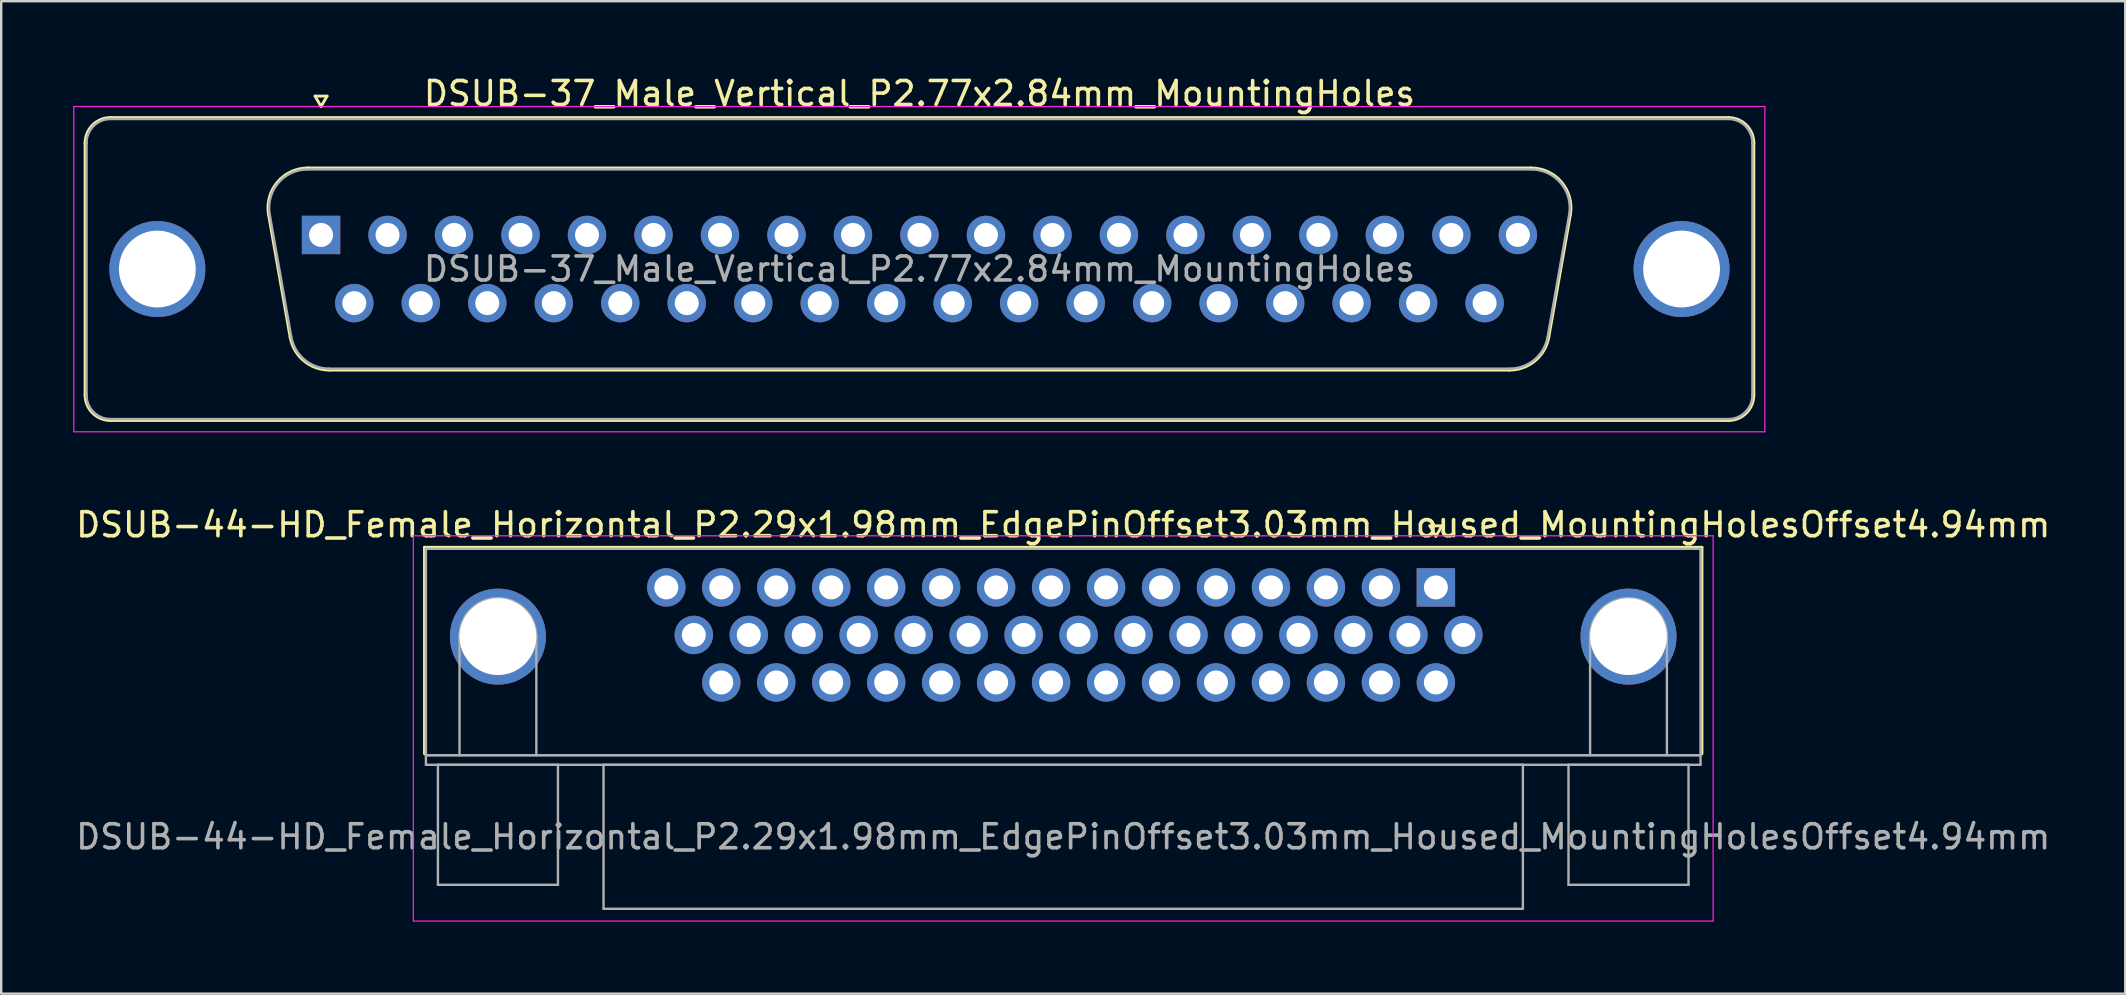
<source format=kicad_pcb>
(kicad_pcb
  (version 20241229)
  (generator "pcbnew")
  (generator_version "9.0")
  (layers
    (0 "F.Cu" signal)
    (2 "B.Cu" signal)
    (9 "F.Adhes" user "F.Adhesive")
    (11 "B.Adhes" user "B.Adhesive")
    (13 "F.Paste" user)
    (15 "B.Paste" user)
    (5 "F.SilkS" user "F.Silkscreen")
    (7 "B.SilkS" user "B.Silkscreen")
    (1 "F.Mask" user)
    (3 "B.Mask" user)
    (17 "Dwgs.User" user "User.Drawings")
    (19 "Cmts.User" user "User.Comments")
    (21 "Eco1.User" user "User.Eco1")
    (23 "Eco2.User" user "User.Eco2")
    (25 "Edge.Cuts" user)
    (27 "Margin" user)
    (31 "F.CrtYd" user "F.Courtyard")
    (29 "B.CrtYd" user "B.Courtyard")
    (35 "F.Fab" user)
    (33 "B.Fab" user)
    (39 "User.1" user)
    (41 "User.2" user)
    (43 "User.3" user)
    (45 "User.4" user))
  (footprint "DSUB-37_Male_Vertical_P2.77x2.84mm_MountingHoles"
    (layer "F.Cu")
    (at 10.325 6.738)
    (property "Reference" "DSUB-37_Male_Vertical_P2.77x2.84mm_MountingHoles" (at 24.93 -5.89 0) (layer "F.SilkS") (effects (font (size 1 1) (thickness 0.15))))
    (attr through_hole)
    (fp_line (start -9.83 6.67) (end -9.83 -3.83) (stroke (width 0.12) (type solid)) (layer "F.SilkS"))
    (fp_line (start -8.77 -4.89) (end 58.63 -4.89) (stroke (width 0.12) (type solid)) (layer "F.SilkS"))
    (fp_line (start -2.186 -0.842) (end -1.287 4.258) (stroke (width 0.12) (type solid)) (layer "F.SilkS"))
    (fp_line (start -0.552 -2.79) (end 50.412 -2.79) (stroke (width 0.12) (type solid)) (layer "F.SilkS"))
    (fp_line (start -0.25 -5.784) (end 0.25 -5.784) (stroke (width 0.12) (type solid)) (layer "F.SilkS"))
    (fp_line (start 0 -5.351) (end -0.25 -5.784) (stroke (width 0.12) (type solid)) (layer "F.SilkS"))
    (fp_line (start 0.25 -5.784) (end 0 -5.351) (stroke (width 0.12) (type solid)) (layer "F.SilkS"))
    (fp_line (start 0.348 5.63) (end 49.512 5.63) (stroke (width 0.12) (type solid)) (layer "F.SilkS"))
    (fp_line (start 52.046 -0.842) (end 51.147 4.258) (stroke (width 0.12) (type solid)) (layer "F.SilkS"))
    (fp_line (start 58.63 7.73) (end -8.77 7.73) (stroke (width 0.12) (type solid)) (layer "F.SilkS"))
    (fp_line (start 59.69 -3.83) (end 59.69 6.67) (stroke (width 0.12) (type solid)) (layer "F.SilkS"))
    (fp_arc (start -9.83 -3.83) (mid -9.519533 -4.579533) (end -8.77 -4.89) (stroke (width 0.12) (type solid)) (layer "F.SilkS"))
    (fp_arc (start -8.77 7.73) (mid -9.519533 7.419533) (end -9.83 6.67) (stroke (width 0.12) (type solid)) (layer "F.SilkS"))
    (fp_arc (start -2.18647 -0.841744) (mid -1.823323 -2.197028) (end -0.551689 -2.79) (stroke (width 0.12) (type solid)) (layer "F.SilkS"))
    (fp_arc (start 0.347579 5.63) (mid -0.719448 5.241634) (end -1.287202 4.258256) (stroke (width 0.12) (type solid)) (layer "F.SilkS"))
    (fp_arc (start 50.411689 -2.79) (mid 51.683323 -2.197027) (end 52.04647 -0.841744) (stroke (width 0.12) (type solid)) (layer "F.SilkS"))
    (fp_arc (start 51.147202 4.258256) (mid 50.579449 5.241634) (end 49.512421 5.63) (stroke (width 0.12) (type solid)) (layer "F.SilkS"))
    (fp_arc (start 58.63 -4.89) (mid 59.379533 -4.579533) (end 59.69 -3.83) (stroke (width 0.12) (type solid)) (layer "F.SilkS"))
    (fp_arc (start 59.69 6.67) (mid 59.379533 7.419533) (end 58.63 7.73) (stroke (width 0.12) (type solid)) (layer "F.SilkS"))
    (fp_line (start -10.3 -5.35) (end -10.3 8.2) (stroke (width 0.05) (type solid)) (layer "F.CrtYd"))
    (fp_line (start -10.3 8.2) (end 60.15 8.2) (stroke (width 0.05) (type solid)) (layer "F.CrtYd"))
    (fp_line (start 60.15 -5.35) (end -10.3 -5.35) (stroke (width 0.05) (type solid)) (layer "F.CrtYd"))
    (fp_line (start 60.15 8.2) (end 60.15 -5.35) (stroke (width 0.05) (type solid)) (layer "F.CrtYd"))
    (fp_line (start -9.77 6.67) (end -9.77 -3.83) (stroke (width 0.1) (type solid)) (layer "F.Fab"))
    (fp_line (start -8.77 -4.83) (end 58.63 -4.83) (stroke (width 0.1) (type solid)) (layer "F.Fab"))
    (fp_line (start -2.139 -0.852) (end -1.24 4.248) (stroke (width 0.1) (type solid)) (layer "F.Fab"))
    (fp_line (start -0.563 -2.73) (end 50.423 -2.73) (stroke (width 0.1) (type solid)) (layer "F.Fab"))
    (fp_line (start 0.336 5.57) (end 49.524 5.57) (stroke (width 0.1) (type solid)) (layer "F.Fab"))
    (fp_line (start 51.999 -0.852) (end 51.1 4.248) (stroke (width 0.1) (type solid)) (layer "F.Fab"))
    (fp_line (start 58.63 7.67) (end -8.77 7.67) (stroke (width 0.1) (type solid)) (layer "F.Fab"))
    (fp_line (start 59.63 -3.83) (end 59.63 6.67) (stroke (width 0.1) (type solid)) (layer "F.Fab"))
    (fp_arc (start -9.77 -3.83) (mid -9.477107 -4.537107) (end -8.77 -4.83) (stroke (width 0.1) (type solid)) (layer "F.Fab"))
    (fp_arc (start -8.77 7.67) (mid -9.477107 7.377107) (end -9.77 6.67) (stroke (width 0.1) (type solid)) (layer "F.Fab"))
    (fp_arc (start -2.138886 -0.852163) (mid -1.788865 -2.15846) (end -0.563194 -2.73) (stroke (width 0.1) (type solid)) (layer "F.Fab"))
    (fp_arc (start 0.336073 5.57) (mid -0.692387 5.195671) (end -1.239619 4.247837) (stroke (width 0.1) (type solid)) (layer "F.Fab"))
    (fp_arc (start 50.423194 -2.73) (mid 51.648865 -2.15846) (end 51.998886 -0.852163) (stroke (width 0.1) (type solid)) (layer "F.Fab"))
    (fp_arc (start 51.099619 4.247837) (mid 50.552387 5.195671) (end 49.523927 5.57) (stroke (width 0.1) (type solid)) (layer "F.Fab"))
    (fp_arc (start 58.63 -4.83) (mid 59.337107 -4.537107) (end 59.63 -3.83) (stroke (width 0.1) (type solid)) (layer "F.Fab"))
    (fp_arc (start 59.63 6.67) (mid 59.337107 7.377107) (end 58.63 7.67) (stroke (width 0.1) (type solid)) (layer "F.Fab"))
    (fp_text user "${REFERENCE}" (at 24.93 1.42 0) (layer "F.Fab") (effects (font (size 1 1) (thickness 0.15))))
    (pad "0" thru_hole circle (at -6.82 1.42) (size 4 4) (drill 3.2) (layers "*.Cu" "*.Mask"))
    (pad "0" thru_hole circle (at 56.68 1.42) (size 4 4) (drill 3.2) (layers "*.Cu" "*.Mask"))
    (pad "1" thru_hole rect (at 0 0) (size 1.6 1.6) (drill 1) (layers "*.Cu" "*.Mask"))
    (pad "2" thru_hole circle (at 2.77 0) (size 1.6 1.6) (drill 1) (layers "*.Cu" "*.Mask"))
    (pad "3" thru_hole circle (at 5.54 0) (size 1.6 1.6) (drill 1) (layers "*.Cu" "*.Mask"))
    (pad "4" thru_hole circle (at 8.31 0) (size 1.6 1.6) (drill 1) (layers "*.Cu" "*.Mask"))
    (pad "5" thru_hole circle (at 11.08 0) (size 1.6 1.6) (drill 1) (layers "*.Cu" "*.Mask"))
    (pad "6" thru_hole circle (at 13.85 0) (size 1.6 1.6) (drill 1) (layers "*.Cu" "*.Mask"))
    (pad "7" thru_hole circle (at 16.62 0) (size 1.6 1.6) (drill 1) (layers "*.Cu" "*.Mask"))
    (pad "8" thru_hole circle (at 19.39 0) (size 1.6 1.6) (drill 1) (layers "*.Cu" "*.Mask"))
    (pad "9" thru_hole circle (at 22.16 0) (size 1.6 1.6) (drill 1) (layers "*.Cu" "*.Mask"))
    (pad "10" thru_hole circle (at 24.93 0) (size 1.6 1.6) (drill 1) (layers "*.Cu" "*.Mask"))
    (pad "11" thru_hole circle (at 27.7 0) (size 1.6 1.6) (drill 1) (layers "*.Cu" "*.Mask"))
    (pad "12" thru_hole circle (at 30.47 0) (size 1.6 1.6) (drill 1) (layers "*.Cu" "*.Mask"))
    (pad "13" thru_hole circle (at 33.24 0) (size 1.6 1.6) (drill 1) (layers "*.Cu" "*.Mask"))
    (pad "14" thru_hole circle (at 36.01 0) (size 1.6 1.6) (drill 1) (layers "*.Cu" "*.Mask"))
    (pad "15" thru_hole circle (at 38.78 0) (size 1.6 1.6) (drill 1) (layers "*.Cu" "*.Mask"))
    (pad "16" thru_hole circle (at 41.55 0) (size 1.6 1.6) (drill 1) (layers "*.Cu" "*.Mask"))
    (pad "17" thru_hole circle (at 44.32 0) (size 1.6 1.6) (drill 1) (layers "*.Cu" "*.Mask"))
    (pad "18" thru_hole circle (at 47.09 0) (size 1.6 1.6) (drill 1) (layers "*.Cu" "*.Mask"))
    (pad "19" thru_hole circle (at 49.86 0) (size 1.6 1.6) (drill 1) (layers "*.Cu" "*.Mask"))
    (pad "20" thru_hole circle (at 1.385 2.84) (size 1.6 1.6) (drill 1) (layers "*.Cu" "*.Mask"))
    (pad "21" thru_hole circle (at 4.155 2.84) (size 1.6 1.6) (drill 1) (layers "*.Cu" "*.Mask"))
    (pad "22" thru_hole circle (at 6.925 2.84) (size 1.6 1.6) (drill 1) (layers "*.Cu" "*.Mask"))
    (pad "23" thru_hole circle (at 9.695 2.84) (size 1.6 1.6) (drill 1) (layers "*.Cu" "*.Mask"))
    (pad "24" thru_hole circle (at 12.465 2.84) (size 1.6 1.6) (drill 1) (layers "*.Cu" "*.Mask"))
    (pad "25" thru_hole circle (at 15.235 2.84) (size 1.6 1.6) (drill 1) (layers "*.Cu" "*.Mask"))
    (pad "26" thru_hole circle (at 18.005 2.84) (size 1.6 1.6) (drill 1) (layers "*.Cu" "*.Mask"))
    (pad "27" thru_hole circle (at 20.775 2.84) (size 1.6 1.6) (drill 1) (layers "*.Cu" "*.Mask"))
    (pad "28" thru_hole circle (at 23.545 2.84) (size 1.6 1.6) (drill 1) (layers "*.Cu" "*.Mask"))
    (pad "29" thru_hole circle (at 26.315 2.84) (size 1.6 1.6) (drill 1) (layers "*.Cu" "*.Mask"))
    (pad "30" thru_hole circle (at 29.085 2.84) (size 1.6 1.6) (drill 1) (layers "*.Cu" "*.Mask"))
    (pad "31" thru_hole circle (at 31.855 2.84) (size 1.6 1.6) (drill 1) (layers "*.Cu" "*.Mask"))
    (pad "32" thru_hole circle (at 34.625 2.84) (size 1.6 1.6) (drill 1) (layers "*.Cu" "*.Mask"))
    (pad "33" thru_hole circle (at 37.395 2.84) (size 1.6 1.6) (drill 1) (layers "*.Cu" "*.Mask"))
    (pad "34" thru_hole circle (at 40.165 2.84) (size 1.6 1.6) (drill 1) (layers "*.Cu" "*.Mask"))
    (pad "35" thru_hole circle (at 42.935 2.84) (size 1.6 1.6) (drill 1) (layers "*.Cu" "*.Mask"))
    (pad "36" thru_hole circle (at 45.705 2.84) (size 1.6 1.6) (drill 1) (layers "*.Cu" "*.Mask"))
    (pad "37" thru_hole circle (at 48.475 2.84) (size 1.6 1.6) (drill 1) (layers "*.Cu" "*.Mask")))
  (footprint "DSUB-44-HD_Female_Horizontal_P2.29x1.98mm_EdgePinOffset3.03mm_Housed_MountingHolesOffset4.94mm"
    (layer "F.Cu")
    (at 56.769 21.422)
    (property "Reference" "DSUB-44-HD_Female_Horizontal_P2.29x1.98mm_EdgePinOffset3.03mm_Housed_MountingHolesOffset4.94mm" (at -15.525 -2.61 0) (layer "F.SilkS") (effects (font (size 1 1) (thickness 0.15))))
    (attr through_hole)
    (fp_line (start -42.135 -1.67) (end 11.085 -1.67) (stroke (width 0.12) (type solid)) (layer "F.SilkS"))
    (fp_line (start -42.135 6.93) (end -42.135 -1.67) (stroke (width 0.12) (type solid)) (layer "F.SilkS"))
    (fp_line (start -0.25 -2.564) (end 0.25 -2.564) (stroke (width 0.12) (type solid)) (layer "F.SilkS"))
    (fp_line (start 0 -2.131) (end -0.25 -2.564) (stroke (width 0.12) (type solid)) (layer "F.SilkS"))
    (fp_line (start 0.25 -2.564) (end 0 -2.131) (stroke (width 0.12) (type solid)) (layer "F.SilkS"))
    (fp_line (start 11.085 -1.67) (end 11.085 6.93) (stroke (width 0.12) (type solid)) (layer "F.SilkS"))
    (fp_line (start -42.6 -2.15) (end -42.6 13.9) (stroke (width 0.05) (type solid)) (layer "F.CrtYd"))
    (fp_line (start -42.6 13.9) (end 11.55 13.9) (stroke (width 0.05) (type solid)) (layer "F.CrtYd"))
    (fp_line (start 11.55 -2.15) (end -42.6 -2.15) (stroke (width 0.05) (type solid)) (layer "F.CrtYd"))
    (fp_line (start 11.55 13.9) (end 11.55 -2.15) (stroke (width 0.05) (type solid)) (layer "F.CrtYd"))
    (fp_line (start -42.075 -1.61) (end -42.075 6.99) (stroke (width 0.1) (type solid)) (layer "F.Fab"))
    (fp_line (start -42.075 6.99) (end -42.075 7.39) (stroke (width 0.1) (type solid)) (layer "F.Fab"))
    (fp_line (start -42.075 6.99) (end 11.025 6.99) (stroke (width 0.1) (type solid)) (layer "F.Fab"))
    (fp_line (start -42.075 7.39) (end 11.025 7.39) (stroke (width 0.1) (type solid)) (layer "F.Fab"))
    (fp_line (start -41.575 7.39) (end -41.575 12.39) (stroke (width 0.1) (type solid)) (layer "F.Fab"))
    (fp_line (start -41.575 12.39) (end -36.575 12.39) (stroke (width 0.1) (type solid)) (layer "F.Fab"))
    (fp_line (start -40.675 6.99) (end -40.675 2.05) (stroke (width 0.1) (type solid)) (layer "F.Fab"))
    (fp_line (start -37.475 6.99) (end -37.475 2.05) (stroke (width 0.1) (type solid)) (layer "F.Fab"))
    (fp_line (start -36.575 7.39) (end -41.575 7.39) (stroke (width 0.1) (type solid)) (layer "F.Fab"))
    (fp_line (start -36.575 12.39) (end -36.575 7.39) (stroke (width 0.1) (type solid)) (layer "F.Fab"))
    (fp_line (start -34.675 7.39) (end -34.675 13.39) (stroke (width 0.1) (type solid)) (layer "F.Fab"))
    (fp_line (start -34.675 13.39) (end 3.625 13.39) (stroke (width 0.1) (type solid)) (layer "F.Fab"))
    (fp_line (start 3.625 7.39) (end -34.675 7.39) (stroke (width 0.1) (type solid)) (layer "F.Fab"))
    (fp_line (start 3.625 13.39) (end 3.625 7.39) (stroke (width 0.1) (type solid)) (layer "F.Fab"))
    (fp_line (start 5.525 7.39) (end 5.525 12.39) (stroke (width 0.1) (type solid)) (layer "F.Fab"))
    (fp_line (start 5.525 12.39) (end 10.525 12.39) (stroke (width 0.1) (type solid)) (layer "F.Fab"))
    (fp_line (start 6.425 6.99) (end 6.425 2.05) (stroke (width 0.1) (type solid)) (layer "F.Fab"))
    (fp_line (start 9.625 6.99) (end 9.625 2.05) (stroke (width 0.1) (type solid)) (layer "F.Fab"))
    (fp_line (start 10.525 7.39) (end 5.525 7.39) (stroke (width 0.1) (type solid)) (layer "F.Fab"))
    (fp_line (start 10.525 12.39) (end 10.525 7.39) (stroke (width 0.1) (type solid)) (layer "F.Fab"))
    (fp_line (start 11.025 -1.61) (end -42.075 -1.61) (stroke (width 0.1) (type solid)) (layer "F.Fab"))
    (fp_line (start 11.025 6.99) (end -42.075 6.99) (stroke (width 0.1) (type solid)) (layer "F.Fab"))
    (fp_line (start 11.025 6.99) (end 11.025 -1.61) (stroke (width 0.1) (type solid)) (layer "F.Fab"))
    (fp_line (start 11.025 7.39) (end 11.025 6.99) (stroke (width 0.1) (type solid)) (layer "F.Fab"))
    (fp_arc (start -40.675 2.05) (mid -39.075 0.45) (end -37.475 2.05) (stroke (width 0.1) (type solid)) (layer "F.Fab"))
    (fp_arc (start 6.425 2.05) (mid 8.025 0.45) (end 9.625 2.05) (stroke (width 0.1) (type solid)) (layer "F.Fab"))
    (fp_text user "${REFERENCE}" (at -15.525 10.39 0) (layer "F.Fab") (effects (font (size 1 1) (thickness 0.15))))
    (pad "0" thru_hole circle (at -39.075 2.05) (size 4 4) (drill 3.2) (layers "*.Cu" "*.Mask"))
    (pad "0" thru_hole circle (at 8.025 2.05) (size 4 4) (drill 3.2) (layers "*.Cu" "*.Mask"))
    (pad "1" thru_hole rect (at 0 0) (size 1.6 1.6) (drill 1) (layers "*.Cu" "*.Mask"))
    (pad "2" thru_hole circle (at -2.29 0) (size 1.6 1.6) (drill 1) (layers "*.Cu" "*.Mask"))
    (pad "3" thru_hole circle (at -4.58 0) (size 1.6 1.6) (drill 1) (layers "*.Cu" "*.Mask"))
    (pad "4" thru_hole circle (at -6.87 0) (size 1.6 1.6) (drill 1) (layers "*.Cu" "*.Mask"))
    (pad "5" thru_hole circle (at -9.16 0) (size 1.6 1.6) (drill 1) (layers "*.Cu" "*.Mask"))
    (pad "6" thru_hole circle (at -11.45 0) (size 1.6 1.6) (drill 1) (layers "*.Cu" "*.Mask"))
    (pad "7" thru_hole circle (at -13.74 0) (size 1.6 1.6) (drill 1) (layers "*.Cu" "*.Mask"))
    (pad "8" thru_hole circle (at -16.03 0) (size 1.6 1.6) (drill 1) (layers "*.Cu" "*.Mask"))
    (pad "9" thru_hole circle (at -18.32 0) (size 1.6 1.6) (drill 1) (layers "*.Cu" "*.Mask"))
    (pad "10" thru_hole circle (at -20.61 0) (size 1.6 1.6) (drill 1) (layers "*.Cu" "*.Mask"))
    (pad "11" thru_hole circle (at -22.9 0) (size 1.6 1.6) (drill 1) (layers "*.Cu" "*.Mask"))
    (pad "12" thru_hole circle (at -25.19 0) (size 1.6 1.6) (drill 1) (layers "*.Cu" "*.Mask"))
    (pad "13" thru_hole circle (at -27.48 0) (size 1.6 1.6) (drill 1) (layers "*.Cu" "*.Mask"))
    (pad "14" thru_hole circle (at -29.77 0) (size 1.6 1.6) (drill 1) (layers "*.Cu" "*.Mask"))
    (pad "15" thru_hole circle (at -32.06 0) (size 1.6 1.6) (drill 1) (layers "*.Cu" "*.Mask"))
    (pad "16" thru_hole circle (at 1.145 1.98) (size 1.6 1.6) (drill 1) (layers "*.Cu" "*.Mask"))
    (pad "17" thru_hole circle (at -1.145 1.98) (size 1.6 1.6) (drill 1) (layers "*.Cu" "*.Mask"))
    (pad "18" thru_hole circle (at -3.435 1.98) (size 1.6 1.6) (drill 1) (layers "*.Cu" "*.Mask"))
    (pad "19" thru_hole circle (at -5.725 1.98) (size 1.6 1.6) (drill 1) (layers "*.Cu" "*.Mask"))
    (pad "20" thru_hole circle (at -8.015 1.98) (size 1.6 1.6) (drill 1) (layers "*.Cu" "*.Mask"))
    (pad "21" thru_hole circle (at -10.305 1.98) (size 1.6 1.6) (drill 1) (layers "*.Cu" "*.Mask"))
    (pad "22" thru_hole circle (at -12.595 1.98) (size 1.6 1.6) (drill 1) (layers "*.Cu" "*.Mask"))
    (pad "23" thru_hole circle (at -14.885 1.98) (size 1.6 1.6) (drill 1) (layers "*.Cu" "*.Mask"))
    (pad "24" thru_hole circle (at -17.175 1.98) (size 1.6 1.6) (drill 1) (layers "*.Cu" "*.Mask"))
    (pad "25" thru_hole circle (at -19.465 1.98) (size 1.6 1.6) (drill 1) (layers "*.Cu" "*.Mask"))
    (pad "26" thru_hole circle (at -21.755 1.98) (size 1.6 1.6) (drill 1) (layers "*.Cu" "*.Mask"))
    (pad "27" thru_hole circle (at -24.045 1.98) (size 1.6 1.6) (drill 1) (layers "*.Cu" "*.Mask"))
    (pad "28" thru_hole circle (at -26.335 1.98) (size 1.6 1.6) (drill 1) (layers "*.Cu" "*.Mask"))
    (pad "29" thru_hole circle (at -28.625 1.98) (size 1.6 1.6) (drill 1) (layers "*.Cu" "*.Mask"))
    (pad "30" thru_hole circle (at -30.915 1.98) (size 1.6 1.6) (drill 1) (layers "*.Cu" "*.Mask"))
    (pad "31" thru_hole circle (at 0 3.96) (size 1.6 1.6) (drill 1) (layers "*.Cu" "*.Mask"))
    (pad "32" thru_hole circle (at -2.29 3.96) (size 1.6 1.6) (drill 1) (layers "*.Cu" "*.Mask"))
    (pad "33" thru_hole circle (at -4.58 3.96) (size 1.6 1.6) (drill 1) (layers "*.Cu" "*.Mask"))
    (pad "34" thru_hole circle (at -6.87 3.96) (size 1.6 1.6) (drill 1) (layers "*.Cu" "*.Mask"))
    (pad "35" thru_hole circle (at -9.16 3.96) (size 1.6 1.6) (drill 1) (layers "*.Cu" "*.Mask"))
    (pad "36" thru_hole circle (at -11.45 3.96) (size 1.6 1.6) (drill 1) (layers "*.Cu" "*.Mask"))
    (pad "37" thru_hole circle (at -13.74 3.96) (size 1.6 1.6) (drill 1) (layers "*.Cu" "*.Mask"))
    (pad "38" thru_hole circle (at -16.03 3.96) (size 1.6 1.6) (drill 1) (layers "*.Cu" "*.Mask"))
    (pad "39" thru_hole circle (at -18.32 3.96) (size 1.6 1.6) (drill 1) (layers "*.Cu" "*.Mask"))
    (pad "40" thru_hole circle (at -20.61 3.96) (size 1.6 1.6) (drill 1) (layers "*.Cu" "*.Mask"))
    (pad "41" thru_hole circle (at -22.9 3.96) (size 1.6 1.6) (drill 1) (layers "*.Cu" "*.Mask"))
    (pad "42" thru_hole circle (at -25.19 3.96) (size 1.6 1.6) (drill 1) (layers "*.Cu" "*.Mask"))
    (pad "43" thru_hole circle (at -27.48 3.96) (size 1.6 1.6) (drill 1) (layers "*.Cu" "*.Mask"))
    (pad "44" thru_hole circle (at -29.77 3.96) (size 1.6 1.6) (drill 1) (layers "*.Cu" "*.Mask")))
  (gr_rect
    (start -3 -3)
    (end 85.488 38.346)
    (stroke (width 0.1) (type default))
    (fill no)
    (layer "Edge.Cuts")))
</source>
